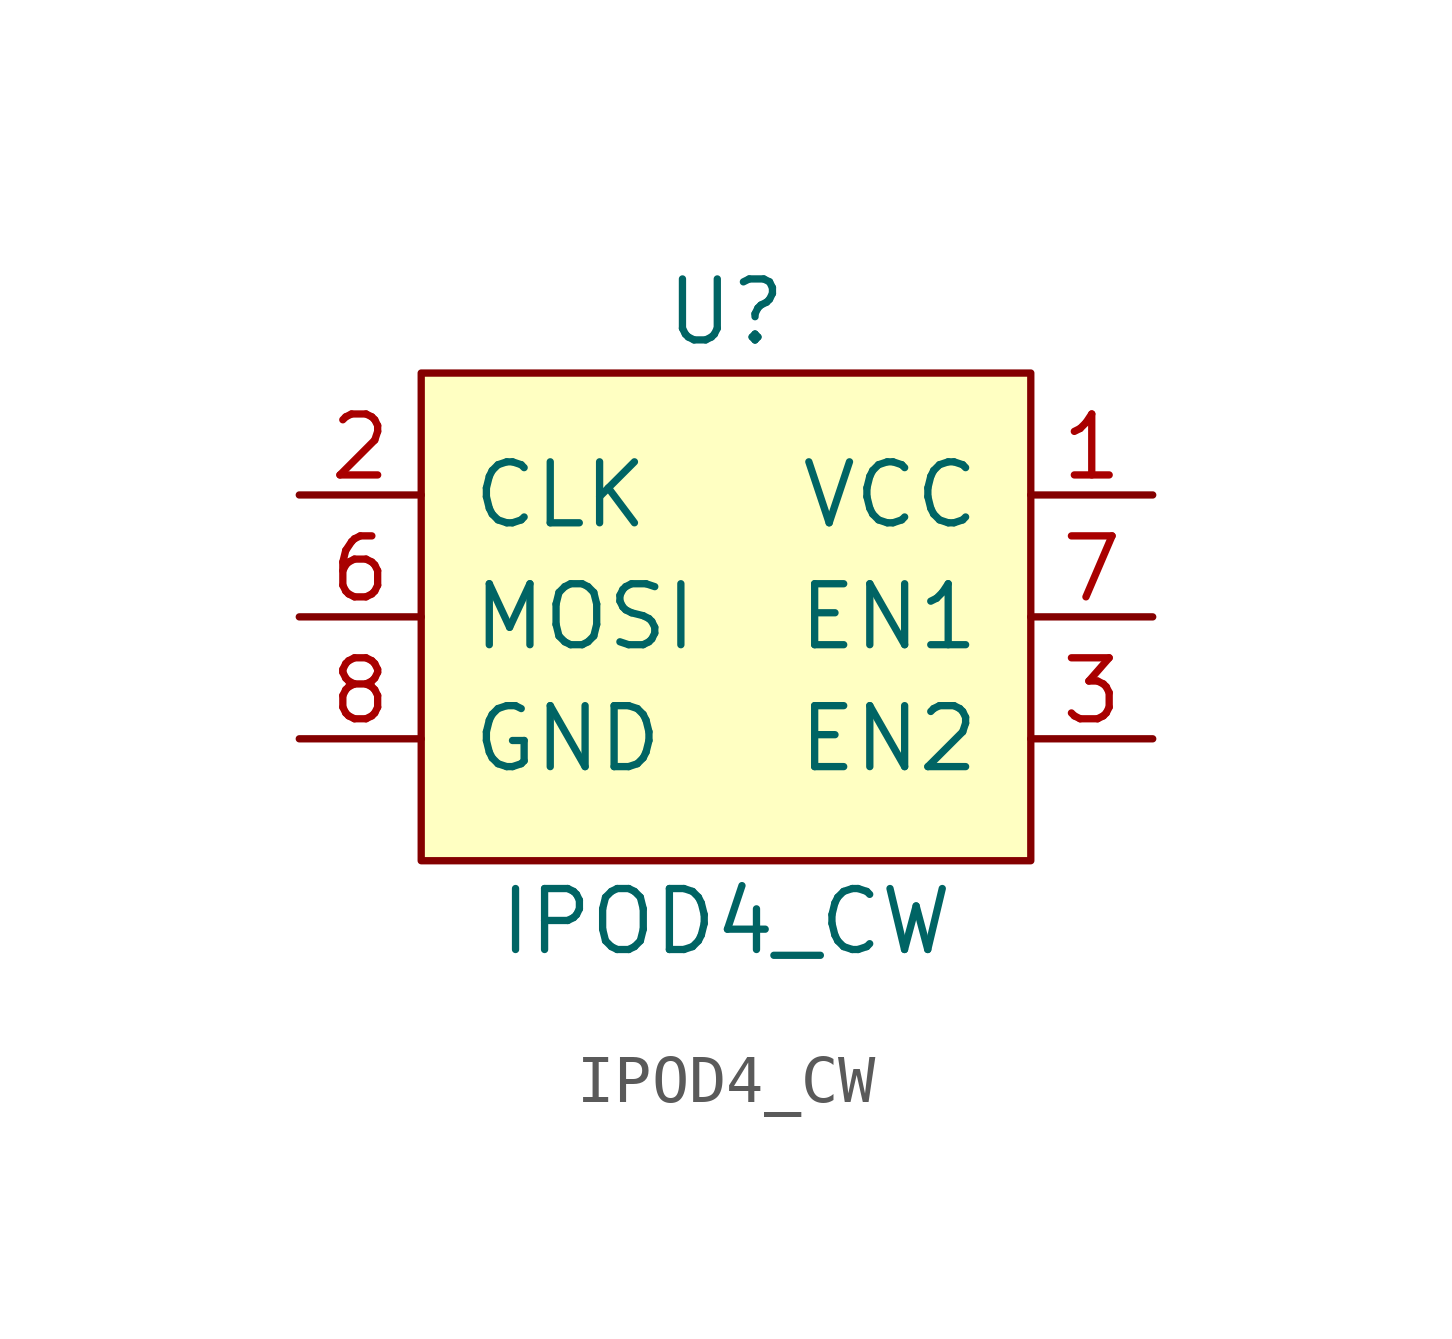
<source format=kicad_sym>
(kicad_symbol_lib
  (version 20211014)
  (generator kicad_symbol_editor)
  (symbol "IPOD4_CW"
    (pin_names
      (offset 1.016))
    (property "Reference" "U"
      (at 0 1.27 0)
      (effects (font (size 1.27 1.27))))
    (property "Value" "IPOD4_CW"
      (at 0 -11.43 0)
      (effects (font (size 1.27 1.27))))
    (symbol "IPOD4_CW_0_1"
      (rectangle (start -6.35 0) (end 6.35 -10.16) (stroke (width 0) (type default) (color 0 0 0 0)) (fill (type background))))
    (symbol "IPOD4_CW_1_1"
      (pin input line (at 8.89 -2.54 180) (length 2.54) (name "VCC" (effects (font (size 1.27 1.27)))) (number "1" (effects (font (size 1.27 1.27)))))
      (pin input line (at -8.89 -2.54 0) (length 2.54) (name "CLK" (effects (font (size 1.27 1.27)))) (number "2" (effects (font (size 1.27 1.27)))))
      (pin input line (at 8.89 -7.62 180) (length 2.54) (name "EN2" (effects (font (size 1.27 1.27)))) (number "3" (effects (font (size 1.27 1.27)))))
      (pin input line (at -8.89 -5.08 0) (length 2.54) (name "MOSI" (effects (font (size 1.27 1.27)))) (number "6" (effects (font (size 1.27 1.27)))))
      (pin input line (at 8.89 -5.08 180) (length 2.54) (name "EN1" (effects (font (size 1.27 1.27)))) (number "7" (effects (font (size 1.27 1.27)))))
      (pin input line (at -8.89 -7.62 0) (length 2.54) (name "GND" (effects (font (size 1.27 1.27)))) (number "8" (effects (font (size 1.27 1.27))))))))
</source>
